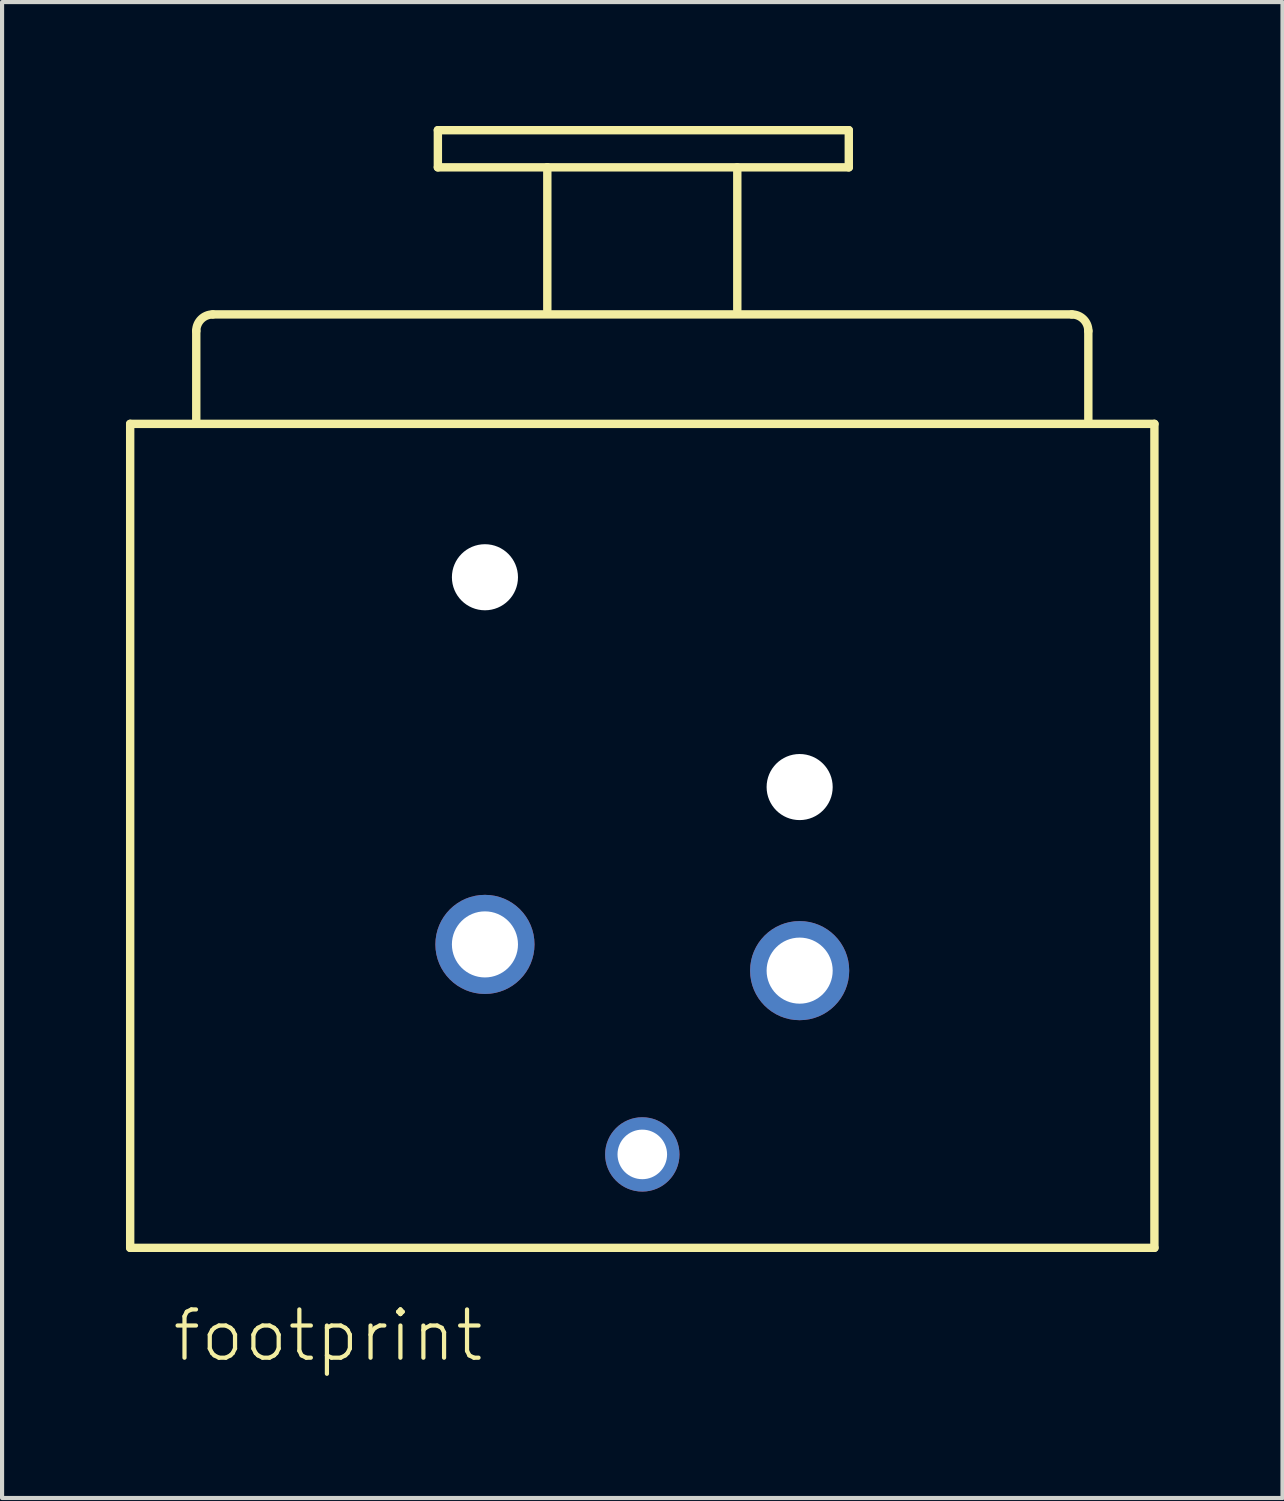
<source format=kicad_pcb>
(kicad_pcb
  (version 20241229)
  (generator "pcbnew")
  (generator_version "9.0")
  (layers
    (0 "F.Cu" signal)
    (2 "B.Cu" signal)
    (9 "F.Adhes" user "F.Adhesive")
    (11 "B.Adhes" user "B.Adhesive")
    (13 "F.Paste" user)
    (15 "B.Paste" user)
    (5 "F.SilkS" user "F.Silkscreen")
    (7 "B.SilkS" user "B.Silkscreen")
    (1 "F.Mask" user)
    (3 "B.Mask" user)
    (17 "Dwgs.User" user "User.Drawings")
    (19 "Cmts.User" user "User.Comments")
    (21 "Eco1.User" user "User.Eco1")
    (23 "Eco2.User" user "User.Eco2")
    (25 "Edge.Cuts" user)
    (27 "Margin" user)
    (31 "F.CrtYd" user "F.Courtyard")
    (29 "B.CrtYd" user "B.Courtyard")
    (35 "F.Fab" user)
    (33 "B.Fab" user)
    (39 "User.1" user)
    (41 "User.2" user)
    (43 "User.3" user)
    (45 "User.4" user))
  (footprint "footprint"
    (layer "F.Cu")
    (at 12.502 20.452)
    (property "Reference" "footprint" (at -11.43 9.52 0) (layer "F.SilkS") (effects (font (size 1.168 1.168) (thickness 0.102)) (justify left bottom)))
    (fp_line (start -12.4 -13.239) (end 12.4 -13.239) (stroke (width 0.203) (type solid)) (layer "F.SilkS"))
    (fp_line (start -12.4 6.712) (end -12.4 -13.239) (stroke (width 0.203) (type solid)) (layer "F.SilkS"))
    (fp_line (start -10.8 -13.338) (end -10.8 -15.489) (stroke (width 0.203) (type solid)) (layer "F.SilkS"))
    (fp_line (start -10.4 -15.889) (end 10.4 -15.889) (stroke (width 0.203) (type solid)) (layer "F.SilkS"))
    (fp_line (start -4.95 -20.35) (end 5 -20.35) (stroke (width 0.203) (type solid)) (layer "F.SilkS"))
    (fp_line (start -4.95 -19.45) (end -4.95 -20.35) (stroke (width 0.203) (type solid)) (layer "F.SilkS"))
    (fp_line (start -2.3 -19.45) (end -4.95 -19.45) (stroke (width 0.203) (type solid)) (layer "F.SilkS"))
    (fp_line (start -2.3 -19.45) (end 2.25 -19.45) (stroke (width 0.203) (type solid)) (layer "F.SilkS"))
    (fp_line (start -2.3 -16) (end -2.3 -19.45) (stroke (width 0.203) (type solid)) (layer "F.SilkS"))
    (fp_line (start 2.3 -19.45) (end 2.3 -16) (stroke (width 0.203) (type solid)) (layer "F.SilkS"))
    (fp_line (start 5 -20.35) (end 5 -19.45) (stroke (width 0.203) (type solid)) (layer "F.SilkS"))
    (fp_line (start 5 -19.45) (end 2.3 -19.45) (stroke (width 0.203) (type solid)) (layer "F.SilkS"))
    (fp_line (start 10.8 -15.489) (end 10.8 -13.338) (stroke (width 0.203) (type solid)) (layer "F.SilkS"))
    (fp_line (start 12.4 -13.239) (end 12.4 6.712) (stroke (width 0.203) (type solid)) (layer "F.SilkS"))
    (fp_line (start 12.4 6.712) (end -12.4 6.712) (stroke (width 0.203) (type solid)) (layer "F.SilkS"))
    (fp_arc (start -10.8 -15.4885) (mid -10.682843 -15.771343) (end -10.4 -15.8885) (stroke (width 0.2032) (type solid)) (layer "F.SilkS"))
    (fp_arc (start 10.4 -15.8885) (mid 10.682843 -15.771343) (end 10.8 -15.4885) (stroke (width 0.2032) (type solid)) (layer "F.SilkS"))
    (pad "" np_thru_hole circle (at -3.81 -9.525) (size 1.6 1.6) (drill 1.6) (layers "*.Cu" "*.Mask"))
    (pad "" np_thru_hole circle (at 3.81 -4.445) (size 1.6 1.6) (drill 1.6) (layers "*.Cu" "*.Mask"))
    (pad "1+G" thru_hole circle (at -3.81 -0.635) (size 2.4 2.4) (drill 1.6) (layers "*.Cu" "*.Mask"))
    (pad "2" thru_hole circle (at 3.81 0) (size 2.4 2.4) (drill 1.6) (layers "*.Cu" "*.Mask"))
    (pad "3" thru_hole circle (at 0 4.45) (size 1.8 1.8) (drill 1.2) (layers "*.Cu" "*.Mask")))
  (gr_rect
    (start -3 -3)
    (end 28.003 33.222)
    (stroke (width 0.1) (type default))
    (fill no)
    (layer "Edge.Cuts")))
</source>
